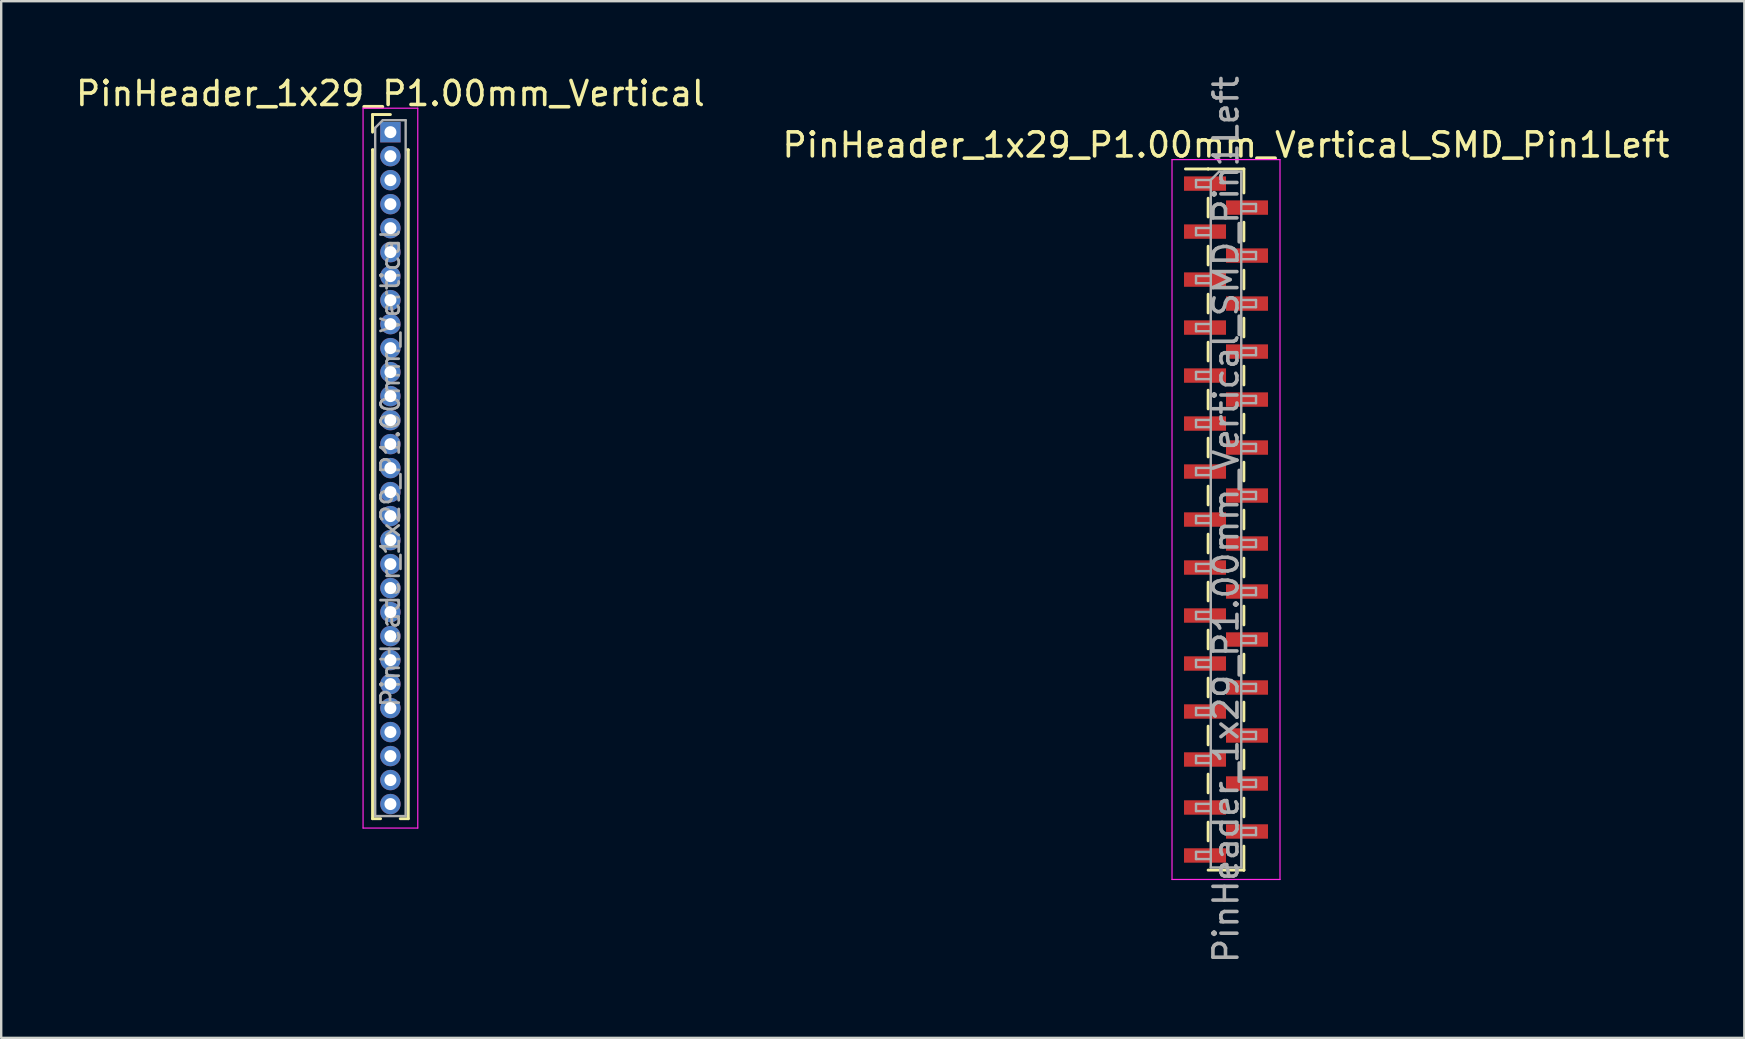
<source format=kicad_pcb>
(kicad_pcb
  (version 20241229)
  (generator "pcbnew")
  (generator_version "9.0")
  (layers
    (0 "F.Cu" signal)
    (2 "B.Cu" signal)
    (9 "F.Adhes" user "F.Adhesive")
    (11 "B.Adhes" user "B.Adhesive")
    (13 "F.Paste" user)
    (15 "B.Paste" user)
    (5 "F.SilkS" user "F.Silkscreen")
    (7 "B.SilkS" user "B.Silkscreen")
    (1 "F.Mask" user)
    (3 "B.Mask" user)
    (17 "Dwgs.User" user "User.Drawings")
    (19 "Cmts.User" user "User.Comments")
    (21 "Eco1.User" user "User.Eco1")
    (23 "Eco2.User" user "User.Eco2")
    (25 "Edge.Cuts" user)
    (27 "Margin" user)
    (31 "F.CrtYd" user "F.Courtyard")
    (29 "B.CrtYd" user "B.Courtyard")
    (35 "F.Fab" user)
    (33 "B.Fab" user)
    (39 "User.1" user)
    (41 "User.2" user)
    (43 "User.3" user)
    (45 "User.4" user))
  (footprint "PinHeader_1x29_P1.00mm_Vertical"
    (layer "F.Cu")
    (at 13.22 2.458)
    (property "Reference" "PinHeader_1x29_P1.00mm_Vertical" (at 0 -1.61 0) (layer "F.SilkS") (effects (font (size 1 1) (thickness 0.15))))
    (attr through_hole)
    (fp_line (start -0.745 -0.735) (end 0 -0.735) (stroke (width 0.12) (type solid)) (layer "F.SilkS"))
    (fp_line (start -0.745 0) (end -0.745 -0.735) (stroke (width 0.12) (type solid)) (layer "F.SilkS"))
    (fp_line (start -0.745 0.735) (end -0.745 28.61) (stroke (width 0.12) (type solid)) (layer "F.SilkS"))
    (fp_line (start -0.745 0.735) (end -0.686 0.735) (stroke (width 0.12) (type solid)) (layer "F.SilkS"))
    (fp_line (start -0.745 28.61) (end -0.41 28.61) (stroke (width 0.12) (type solid)) (layer "F.SilkS"))
    (fp_line (start 0.41 28.61) (end 0.745 28.61) (stroke (width 0.12) (type solid)) (layer "F.SilkS"))
    (fp_line (start 0.686 0.735) (end 0.745 0.735) (stroke (width 0.12) (type solid)) (layer "F.SilkS"))
    (fp_line (start 0.745 0.735) (end 0.745 28.61) (stroke (width 0.12) (type solid)) (layer "F.SilkS"))
    (fp_line (start -1.14 -1) (end -1.14 29) (stroke (width 0.05) (type solid)) (layer "F.CrtYd"))
    (fp_line (start -1.14 29) (end 1.14 29) (stroke (width 0.05) (type solid)) (layer "F.CrtYd"))
    (fp_line (start 1.14 -1) (end -1.14 -1) (stroke (width 0.05) (type solid)) (layer "F.CrtYd"))
    (fp_line (start 1.14 29) (end 1.14 -1) (stroke (width 0.05) (type solid)) (layer "F.CrtYd"))
    (fp_line (start -0.635 -0.182) (end -0.318 -0.5) (stroke (width 0.1) (type solid)) (layer "F.Fab"))
    (fp_line (start -0.635 28.5) (end -0.635 -0.182) (stroke (width 0.1) (type solid)) (layer "F.Fab"))
    (fp_line (start -0.318 -0.5) (end 0.635 -0.5) (stroke (width 0.1) (type solid)) (layer "F.Fab"))
    (fp_line (start 0.635 -0.5) (end 0.635 28.5) (stroke (width 0.1) (type solid)) (layer "F.Fab"))
    (fp_line (start 0.635 28.5) (end -0.635 28.5) (stroke (width 0.1) (type solid)) (layer "F.Fab"))
    (fp_text user "${REFERENCE}" (at 0 14 90) (layer "F.Fab") (effects (font (size 0.76 0.76) (thickness 0.114))))
    (pad "1" thru_hole rect (at 0 0) (size 0.85 0.85) (drill 0.5) (layers "*.Cu" "*.Mask"))
    (pad "2" thru_hole circle (at 0 1) (size 0.85 0.85) (drill 0.5) (layers "*.Cu" "*.Mask"))
    (pad "3" thru_hole circle (at 0 2) (size 0.85 0.85) (drill 0.5) (layers "*.Cu" "*.Mask"))
    (pad "4" thru_hole circle (at 0 3) (size 0.85 0.85) (drill 0.5) (layers "*.Cu" "*.Mask"))
    (pad "5" thru_hole circle (at 0 4) (size 0.85 0.85) (drill 0.5) (layers "*.Cu" "*.Mask"))
    (pad "6" thru_hole circle (at 0 5) (size 0.85 0.85) (drill 0.5) (layers "*.Cu" "*.Mask"))
    (pad "7" thru_hole circle (at 0 6) (size 0.85 0.85) (drill 0.5) (layers "*.Cu" "*.Mask"))
    (pad "8" thru_hole circle (at 0 7) (size 0.85 0.85) (drill 0.5) (layers "*.Cu" "*.Mask"))
    (pad "9" thru_hole circle (at 0 8) (size 0.85 0.85) (drill 0.5) (layers "*.Cu" "*.Mask"))
    (pad "10" thru_hole circle (at 0 9) (size 0.85 0.85) (drill 0.5) (layers "*.Cu" "*.Mask"))
    (pad "11" thru_hole circle (at 0 10) (size 0.85 0.85) (drill 0.5) (layers "*.Cu" "*.Mask"))
    (pad "12" thru_hole circle (at 0 11) (size 0.85 0.85) (drill 0.5) (layers "*.Cu" "*.Mask"))
    (pad "13" thru_hole circle (at 0 12) (size 0.85 0.85) (drill 0.5) (layers "*.Cu" "*.Mask"))
    (pad "14" thru_hole circle (at 0 13) (size 0.85 0.85) (drill 0.5) (layers "*.Cu" "*.Mask"))
    (pad "15" thru_hole circle (at 0 14) (size 0.85 0.85) (drill 0.5) (layers "*.Cu" "*.Mask"))
    (pad "16" thru_hole circle (at 0 15) (size 0.85 0.85) (drill 0.5) (layers "*.Cu" "*.Mask"))
    (pad "17" thru_hole circle (at 0 16) (size 0.85 0.85) (drill 0.5) (layers "*.Cu" "*.Mask"))
    (pad "18" thru_hole circle (at 0 17) (size 0.85 0.85) (drill 0.5) (layers "*.Cu" "*.Mask"))
    (pad "19" thru_hole circle (at 0 18) (size 0.85 0.85) (drill 0.5) (layers "*.Cu" "*.Mask"))
    (pad "20" thru_hole circle (at 0 19) (size 0.85 0.85) (drill 0.5) (layers "*.Cu" "*.Mask"))
    (pad "21" thru_hole circle (at 0 20) (size 0.85 0.85) (drill 0.5) (layers "*.Cu" "*.Mask"))
    (pad "22" thru_hole circle (at 0 21) (size 0.85 0.85) (drill 0.5) (layers "*.Cu" "*.Mask"))
    (pad "23" thru_hole circle (at 0 22) (size 0.85 0.85) (drill 0.5) (layers "*.Cu" "*.Mask"))
    (pad "24" thru_hole circle (at 0 23) (size 0.85 0.85) (drill 0.5) (layers "*.Cu" "*.Mask"))
    (pad "25" thru_hole circle (at 0 24) (size 0.85 0.85) (drill 0.5) (layers "*.Cu" "*.Mask"))
    (pad "26" thru_hole circle (at 0 25) (size 0.85 0.85) (drill 0.5) (layers "*.Cu" "*.Mask"))
    (pad "27" thru_hole circle (at 0 26) (size 0.85 0.85) (drill 0.5) (layers "*.Cu" "*.Mask"))
    (pad "28" thru_hole circle (at 0 27) (size 0.85 0.85) (drill 0.5) (layers "*.Cu" "*.Mask"))
    (pad "29" thru_hole circle (at 0 28) (size 0.85 0.85) (drill 0.5) (layers "*.Cu" "*.Mask")))
  (footprint "PinHeader_1x29_P1.00mm_Vertical_SMD_Pin1Left"
    (layer "F.Cu")
    (at 48.042 18.601)
    (property "Reference" "PinHeader_1x29_P1.00mm_Vertical_SMD_Pin1Left" (at 0 -15.61 0) (layer "F.SilkS") (effects (font (size 1 1) (thickness 0.15))))
    (attr smd)
    (fp_line (start -0.745 -14.61) (end -1.69 -14.61) (stroke (width 0.12) (type solid)) (layer "F.SilkS"))
    (fp_line (start -0.745 -14.61) (end -0.745 -14.61) (stroke (width 0.12) (type solid)) (layer "F.SilkS"))
    (fp_line (start -0.745 -14.61) (end 0.745 -14.61) (stroke (width 0.12) (type solid)) (layer "F.SilkS"))
    (fp_line (start -0.745 -13.39) (end -0.745 -12.61) (stroke (width 0.12) (type solid)) (layer "F.SilkS"))
    (fp_line (start -0.745 -11.39) (end -0.745 -10.61) (stroke (width 0.12) (type solid)) (layer "F.SilkS"))
    (fp_line (start -0.745 -9.39) (end -0.745 -8.61) (stroke (width 0.12) (type solid)) (layer "F.SilkS"))
    (fp_line (start -0.745 -7.39) (end -0.745 -6.61) (stroke (width 0.12) (type solid)) (layer "F.SilkS"))
    (fp_line (start -0.745 -5.39) (end -0.745 -4.61) (stroke (width 0.12) (type solid)) (layer "F.SilkS"))
    (fp_line (start -0.745 -3.39) (end -0.745 -2.61) (stroke (width 0.12) (type solid)) (layer "F.SilkS"))
    (fp_line (start -0.745 -1.39) (end -0.745 -0.61) (stroke (width 0.12) (type solid)) (layer "F.SilkS"))
    (fp_line (start -0.745 0.61) (end -0.745 1.39) (stroke (width 0.12) (type solid)) (layer "F.SilkS"))
    (fp_line (start -0.745 2.61) (end -0.745 3.39) (stroke (width 0.12) (type solid)) (layer "F.SilkS"))
    (fp_line (start -0.745 4.61) (end -0.745 5.39) (stroke (width 0.12) (type solid)) (layer "F.SilkS"))
    (fp_line (start -0.745 6.61) (end -0.745 7.39) (stroke (width 0.12) (type solid)) (layer "F.SilkS"))
    (fp_line (start -0.745 8.61) (end -0.745 9.39) (stroke (width 0.12) (type solid)) (layer "F.SilkS"))
    (fp_line (start -0.745 10.61) (end -0.745 11.39) (stroke (width 0.12) (type solid)) (layer "F.SilkS"))
    (fp_line (start -0.745 12.61) (end -0.745 13.39) (stroke (width 0.12) (type solid)) (layer "F.SilkS"))
    (fp_line (start -0.745 14.61) (end 0.745 14.61) (stroke (width 0.12) (type solid)) (layer "F.SilkS"))
    (fp_line (start 0.745 -14.61) (end 0.745 -13.61) (stroke (width 0.12) (type solid)) (layer "F.SilkS"))
    (fp_line (start 0.745 -12.39) (end 0.745 -11.61) (stroke (width 0.12) (type solid)) (layer "F.SilkS"))
    (fp_line (start 0.745 -10.39) (end 0.745 -9.61) (stroke (width 0.12) (type solid)) (layer "F.SilkS"))
    (fp_line (start 0.745 -8.39) (end 0.745 -7.61) (stroke (width 0.12) (type solid)) (layer "F.SilkS"))
    (fp_line (start 0.745 -6.39) (end 0.745 -5.61) (stroke (width 0.12) (type solid)) (layer "F.SilkS"))
    (fp_line (start 0.745 -4.39) (end 0.745 -3.61) (stroke (width 0.12) (type solid)) (layer "F.SilkS"))
    (fp_line (start 0.745 -2.39) (end 0.745 -1.61) (stroke (width 0.12) (type solid)) (layer "F.SilkS"))
    (fp_line (start 0.745 -0.39) (end 0.745 0.39) (stroke (width 0.12) (type solid)) (layer "F.SilkS"))
    (fp_line (start 0.745 1.61) (end 0.745 2.39) (stroke (width 0.12) (type solid)) (layer "F.SilkS"))
    (fp_line (start 0.745 3.61) (end 0.745 4.39) (stroke (width 0.12) (type solid)) (layer "F.SilkS"))
    (fp_line (start 0.745 5.61) (end 0.745 6.39) (stroke (width 0.12) (type solid)) (layer "F.SilkS"))
    (fp_line (start 0.745 7.61) (end 0.745 8.39) (stroke (width 0.12) (type solid)) (layer "F.SilkS"))
    (fp_line (start 0.745 9.61) (end 0.745 10.39) (stroke (width 0.12) (type solid)) (layer "F.SilkS"))
    (fp_line (start 0.745 11.61) (end 0.745 12.39) (stroke (width 0.12) (type solid)) (layer "F.SilkS"))
    (fp_line (start 0.745 13.61) (end 0.745 14.61) (stroke (width 0.12) (type solid)) (layer "F.SilkS"))
    (fp_line (start 0.745 14.61) (end 0.745 14.61) (stroke (width 0.12) (type solid)) (layer "F.SilkS"))
    (fp_line (start -2.25 -15) (end -2.25 15) (stroke (width 0.05) (type solid)) (layer "F.CrtYd"))
    (fp_line (start -2.25 15) (end 2.25 15) (stroke (width 0.05) (type solid)) (layer "F.CrtYd"))
    (fp_line (start 2.25 -15) (end -2.25 -15) (stroke (width 0.05) (type solid)) (layer "F.CrtYd"))
    (fp_line (start 2.25 15) (end 2.25 -15) (stroke (width 0.05) (type solid)) (layer "F.CrtYd"))
    (fp_line (start -1.25 -14.15) (end -1.25 -13.85) (stroke (width 0.1) (type solid)) (layer "F.Fab"))
    (fp_line (start -1.25 -13.85) (end -0.635 -13.85) (stroke (width 0.1) (type solid)) (layer "F.Fab"))
    (fp_line (start -1.25 -12.15) (end -1.25 -11.85) (stroke (width 0.1) (type solid)) (layer "F.Fab"))
    (fp_line (start -1.25 -11.85) (end -0.635 -11.85) (stroke (width 0.1) (type solid)) (layer "F.Fab"))
    (fp_line (start -1.25 -10.15) (end -1.25 -9.85) (stroke (width 0.1) (type solid)) (layer "F.Fab"))
    (fp_line (start -1.25 -9.85) (end -0.635 -9.85) (stroke (width 0.1) (type solid)) (layer "F.Fab"))
    (fp_line (start -1.25 -8.15) (end -1.25 -7.85) (stroke (width 0.1) (type solid)) (layer "F.Fab"))
    (fp_line (start -1.25 -7.85) (end -0.635 -7.85) (stroke (width 0.1) (type solid)) (layer "F.Fab"))
    (fp_line (start -1.25 -6.15) (end -1.25 -5.85) (stroke (width 0.1) (type solid)) (layer "F.Fab"))
    (fp_line (start -1.25 -5.85) (end -0.635 -5.85) (stroke (width 0.1) (type solid)) (layer "F.Fab"))
    (fp_line (start -1.25 -4.15) (end -1.25 -3.85) (stroke (width 0.1) (type solid)) (layer "F.Fab"))
    (fp_line (start -1.25 -3.85) (end -0.635 -3.85) (stroke (width 0.1) (type solid)) (layer "F.Fab"))
    (fp_line (start -1.25 -2.15) (end -1.25 -1.85) (stroke (width 0.1) (type solid)) (layer "F.Fab"))
    (fp_line (start -1.25 -1.85) (end -0.635 -1.85) (stroke (width 0.1) (type solid)) (layer "F.Fab"))
    (fp_line (start -1.25 -0.15) (end -1.25 0.15) (stroke (width 0.1) (type solid)) (layer "F.Fab"))
    (fp_line (start -1.25 0.15) (end -0.635 0.15) (stroke (width 0.1) (type solid)) (layer "F.Fab"))
    (fp_line (start -1.25 1.85) (end -1.25 2.15) (stroke (width 0.1) (type solid)) (layer "F.Fab"))
    (fp_line (start -1.25 2.15) (end -0.635 2.15) (stroke (width 0.1) (type solid)) (layer "F.Fab"))
    (fp_line (start -1.25 3.85) (end -1.25 4.15) (stroke (width 0.1) (type solid)) (layer "F.Fab"))
    (fp_line (start -1.25 4.15) (end -0.635 4.15) (stroke (width 0.1) (type solid)) (layer "F.Fab"))
    (fp_line (start -1.25 5.85) (end -1.25 6.15) (stroke (width 0.1) (type solid)) (layer "F.Fab"))
    (fp_line (start -1.25 6.15) (end -0.635 6.15) (stroke (width 0.1) (type solid)) (layer "F.Fab"))
    (fp_line (start -1.25 7.85) (end -1.25 8.15) (stroke (width 0.1) (type solid)) (layer "F.Fab"))
    (fp_line (start -1.25 8.15) (end -0.635 8.15) (stroke (width 0.1) (type solid)) (layer "F.Fab"))
    (fp_line (start -1.25 9.85) (end -1.25 10.15) (stroke (width 0.1) (type solid)) (layer "F.Fab"))
    (fp_line (start -1.25 10.15) (end -0.635 10.15) (stroke (width 0.1) (type solid)) (layer "F.Fab"))
    (fp_line (start -1.25 11.85) (end -1.25 12.15) (stroke (width 0.1) (type solid)) (layer "F.Fab"))
    (fp_line (start -1.25 12.15) (end -0.635 12.15) (stroke (width 0.1) (type solid)) (layer "F.Fab"))
    (fp_line (start -1.25 13.85) (end -1.25 14.15) (stroke (width 0.1) (type solid)) (layer "F.Fab"))
    (fp_line (start -1.25 14.15) (end -0.635 14.15) (stroke (width 0.1) (type solid)) (layer "F.Fab"))
    (fp_line (start -0.635 -14.15) (end -1.25 -14.15) (stroke (width 0.1) (type solid)) (layer "F.Fab"))
    (fp_line (start -0.635 -14.15) (end -0.285 -14.5) (stroke (width 0.1) (type solid)) (layer "F.Fab"))
    (fp_line (start -0.635 -12.15) (end -1.25 -12.15) (stroke (width 0.1) (type solid)) (layer "F.Fab"))
    (fp_line (start -0.635 -10.15) (end -1.25 -10.15) (stroke (width 0.1) (type solid)) (layer "F.Fab"))
    (fp_line (start -0.635 -8.15) (end -1.25 -8.15) (stroke (width 0.1) (type solid)) (layer "F.Fab"))
    (fp_line (start -0.635 -6.15) (end -1.25 -6.15) (stroke (width 0.1) (type solid)) (layer "F.Fab"))
    (fp_line (start -0.635 -4.15) (end -1.25 -4.15) (stroke (width 0.1) (type solid)) (layer "F.Fab"))
    (fp_line (start -0.635 -2.15) (end -1.25 -2.15) (stroke (width 0.1) (type solid)) (layer "F.Fab"))
    (fp_line (start -0.635 -0.15) (end -1.25 -0.15) (stroke (width 0.1) (type solid)) (layer "F.Fab"))
    (fp_line (start -0.635 1.85) (end -1.25 1.85) (stroke (width 0.1) (type solid)) (layer "F.Fab"))
    (fp_line (start -0.635 3.85) (end -1.25 3.85) (stroke (width 0.1) (type solid)) (layer "F.Fab"))
    (fp_line (start -0.635 5.85) (end -1.25 5.85) (stroke (width 0.1) (type solid)) (layer "F.Fab"))
    (fp_line (start -0.635 7.85) (end -1.25 7.85) (stroke (width 0.1) (type solid)) (layer "F.Fab"))
    (fp_line (start -0.635 9.85) (end -1.25 9.85) (stroke (width 0.1) (type solid)) (layer "F.Fab"))
    (fp_line (start -0.635 11.85) (end -1.25 11.85) (stroke (width 0.1) (type solid)) (layer "F.Fab"))
    (fp_line (start -0.635 13.85) (end -1.25 13.85) (stroke (width 0.1) (type solid)) (layer "F.Fab"))
    (fp_line (start -0.635 14.5) (end -0.635 -14.15) (stroke (width 0.1) (type solid)) (layer "F.Fab"))
    (fp_line (start -0.285 -14.5) (end 0.635 -14.5) (stroke (width 0.1) (type solid)) (layer "F.Fab"))
    (fp_line (start 0.635 -14.5) (end 0.635 14.5) (stroke (width 0.1) (type solid)) (layer "F.Fab"))
    (fp_line (start 0.635 -13.15) (end 1.25 -13.15) (stroke (width 0.1) (type solid)) (layer "F.Fab"))
    (fp_line (start 0.635 -11.15) (end 1.25 -11.15) (stroke (width 0.1) (type solid)) (layer "F.Fab"))
    (fp_line (start 0.635 -9.15) (end 1.25 -9.15) (stroke (width 0.1) (type solid)) (layer "F.Fab"))
    (fp_line (start 0.635 -7.15) (end 1.25 -7.15) (stroke (width 0.1) (type solid)) (layer "F.Fab"))
    (fp_line (start 0.635 -5.15) (end 1.25 -5.15) (stroke (width 0.1) (type solid)) (layer "F.Fab"))
    (fp_line (start 0.635 -3.15) (end 1.25 -3.15) (stroke (width 0.1) (type solid)) (layer "F.Fab"))
    (fp_line (start 0.635 -1.15) (end 1.25 -1.15) (stroke (width 0.1) (type solid)) (layer "F.Fab"))
    (fp_line (start 0.635 0.85) (end 1.25 0.85) (stroke (width 0.1) (type solid)) (layer "F.Fab"))
    (fp_line (start 0.635 2.85) (end 1.25 2.85) (stroke (width 0.1) (type solid)) (layer "F.Fab"))
    (fp_line (start 0.635 4.85) (end 1.25 4.85) (stroke (width 0.1) (type solid)) (layer "F.Fab"))
    (fp_line (start 0.635 6.85) (end 1.25 6.85) (stroke (width 0.1) (type solid)) (layer "F.Fab"))
    (fp_line (start 0.635 8.85) (end 1.25 8.85) (stroke (width 0.1) (type solid)) (layer "F.Fab"))
    (fp_line (start 0.635 10.85) (end 1.25 10.85) (stroke (width 0.1) (type solid)) (layer "F.Fab"))
    (fp_line (start 0.635 12.85) (end 1.25 12.85) (stroke (width 0.1) (type solid)) (layer "F.Fab"))
    (fp_line (start 0.635 14.5) (end -0.635 14.5) (stroke (width 0.1) (type solid)) (layer "F.Fab"))
    (fp_line (start 1.25 -13.15) (end 1.25 -12.85) (stroke (width 0.1) (type solid)) (layer "F.Fab"))
    (fp_line (start 1.25 -12.85) (end 0.635 -12.85) (stroke (width 0.1) (type solid)) (layer "F.Fab"))
    (fp_line (start 1.25 -11.15) (end 1.25 -10.85) (stroke (width 0.1) (type solid)) (layer "F.Fab"))
    (fp_line (start 1.25 -10.85) (end 0.635 -10.85) (stroke (width 0.1) (type solid)) (layer "F.Fab"))
    (fp_line (start 1.25 -9.15) (end 1.25 -8.85) (stroke (width 0.1) (type solid)) (layer "F.Fab"))
    (fp_line (start 1.25 -8.85) (end 0.635 -8.85) (stroke (width 0.1) (type solid)) (layer "F.Fab"))
    (fp_line (start 1.25 -7.15) (end 1.25 -6.85) (stroke (width 0.1) (type solid)) (layer "F.Fab"))
    (fp_line (start 1.25 -6.85) (end 0.635 -6.85) (stroke (width 0.1) (type solid)) (layer "F.Fab"))
    (fp_line (start 1.25 -5.15) (end 1.25 -4.85) (stroke (width 0.1) (type solid)) (layer "F.Fab"))
    (fp_line (start 1.25 -4.85) (end 0.635 -4.85) (stroke (width 0.1) (type solid)) (layer "F.Fab"))
    (fp_line (start 1.25 -3.15) (end 1.25 -2.85) (stroke (width 0.1) (type solid)) (layer "F.Fab"))
    (fp_line (start 1.25 -2.85) (end 0.635 -2.85) (stroke (width 0.1) (type solid)) (layer "F.Fab"))
    (fp_line (start 1.25 -1.15) (end 1.25 -0.85) (stroke (width 0.1) (type solid)) (layer "F.Fab"))
    (fp_line (start 1.25 -0.85) (end 0.635 -0.85) (stroke (width 0.1) (type solid)) (layer "F.Fab"))
    (fp_line (start 1.25 0.85) (end 1.25 1.15) (stroke (width 0.1) (type solid)) (layer "F.Fab"))
    (fp_line (start 1.25 1.15) (end 0.635 1.15) (stroke (width 0.1) (type solid)) (layer "F.Fab"))
    (fp_line (start 1.25 2.85) (end 1.25 3.15) (stroke (width 0.1) (type solid)) (layer "F.Fab"))
    (fp_line (start 1.25 3.15) (end 0.635 3.15) (stroke (width 0.1) (type solid)) (layer "F.Fab"))
    (fp_line (start 1.25 4.85) (end 1.25 5.15) (stroke (width 0.1) (type solid)) (layer "F.Fab"))
    (fp_line (start 1.25 5.15) (end 0.635 5.15) (stroke (width 0.1) (type solid)) (layer "F.Fab"))
    (fp_line (start 1.25 6.85) (end 1.25 7.15) (stroke (width 0.1) (type solid)) (layer "F.Fab"))
    (fp_line (start 1.25 7.15) (end 0.635 7.15) (stroke (width 0.1) (type solid)) (layer "F.Fab"))
    (fp_line (start 1.25 8.85) (end 1.25 9.15) (stroke (width 0.1) (type solid)) (layer "F.Fab"))
    (fp_line (start 1.25 9.15) (end 0.635 9.15) (stroke (width 0.1) (type solid)) (layer "F.Fab"))
    (fp_line (start 1.25 10.85) (end 1.25 11.15) (stroke (width 0.1) (type solid)) (layer "F.Fab"))
    (fp_line (start 1.25 11.15) (end 0.635 11.15) (stroke (width 0.1) (type solid)) (layer "F.Fab"))
    (fp_line (start 1.25 12.85) (end 1.25 13.15) (stroke (width 0.1) (type solid)) (layer "F.Fab"))
    (fp_line (start 1.25 13.15) (end 0.635 13.15) (stroke (width 0.1) (type solid)) (layer "F.Fab"))
    (fp_text user "${REFERENCE}" (at 0 0 90) (layer "F.Fab") (effects (font (size 1 1) (thickness 0.15))))
    (pad "1" smd rect (at -0.875 -14) (size 1.75 0.6) (layers "F.Cu" "F.Mask" "F.Paste"))
    (pad "2" smd rect (at 0.875 -13) (size 1.75 0.6) (layers "F.Cu" "F.Mask" "F.Paste"))
    (pad "3" smd rect (at -0.875 -12) (size 1.75 0.6) (layers "F.Cu" "F.Mask" "F.Paste"))
    (pad "4" smd rect (at 0.875 -11) (size 1.75 0.6) (layers "F.Cu" "F.Mask" "F.Paste"))
    (pad "5" smd rect (at -0.875 -10) (size 1.75 0.6) (layers "F.Cu" "F.Mask" "F.Paste"))
    (pad "6" smd rect (at 0.875 -9) (size 1.75 0.6) (layers "F.Cu" "F.Mask" "F.Paste"))
    (pad "7" smd rect (at -0.875 -8) (size 1.75 0.6) (layers "F.Cu" "F.Mask" "F.Paste"))
    (pad "8" smd rect (at 0.875 -7) (size 1.75 0.6) (layers "F.Cu" "F.Mask" "F.Paste"))
    (pad "9" smd rect (at -0.875 -6) (size 1.75 0.6) (layers "F.Cu" "F.Mask" "F.Paste"))
    (pad "10" smd rect (at 0.875 -5) (size 1.75 0.6) (layers "F.Cu" "F.Mask" "F.Paste"))
    (pad "11" smd rect (at -0.875 -4) (size 1.75 0.6) (layers "F.Cu" "F.Mask" "F.Paste"))
    (pad "12" smd rect (at 0.875 -3) (size 1.75 0.6) (layers "F.Cu" "F.Mask" "F.Paste"))
    (pad "13" smd rect (at -0.875 -2) (size 1.75 0.6) (layers "F.Cu" "F.Mask" "F.Paste"))
    (pad "14" smd rect (at 0.875 -1) (size 1.75 0.6) (layers "F.Cu" "F.Mask" "F.Paste"))
    (pad "15" smd rect (at -0.875 0) (size 1.75 0.6) (layers "F.Cu" "F.Mask" "F.Paste"))
    (pad "16" smd rect (at 0.875 1) (size 1.75 0.6) (layers "F.Cu" "F.Mask" "F.Paste"))
    (pad "17" smd rect (at -0.875 2) (size 1.75 0.6) (layers "F.Cu" "F.Mask" "F.Paste"))
    (pad "18" smd rect (at 0.875 3) (size 1.75 0.6) (layers "F.Cu" "F.Mask" "F.Paste"))
    (pad "19" smd rect (at -0.875 4) (size 1.75 0.6) (layers "F.Cu" "F.Mask" "F.Paste"))
    (pad "20" smd rect (at 0.875 5) (size 1.75 0.6) (layers "F.Cu" "F.Mask" "F.Paste"))
    (pad "21" smd rect (at -0.875 6) (size 1.75 0.6) (layers "F.Cu" "F.Mask" "F.Paste"))
    (pad "22" smd rect (at 0.875 7) (size 1.75 0.6) (layers "F.Cu" "F.Mask" "F.Paste"))
    (pad "23" smd rect (at -0.875 8) (size 1.75 0.6) (layers "F.Cu" "F.Mask" "F.Paste"))
    (pad "24" smd rect (at 0.875 9) (size 1.75 0.6) (layers "F.Cu" "F.Mask" "F.Paste"))
    (pad "25" smd rect (at -0.875 10) (size 1.75 0.6) (layers "F.Cu" "F.Mask" "F.Paste"))
    (pad "26" smd rect (at 0.875 11) (size 1.75 0.6) (layers "F.Cu" "F.Mask" "F.Paste"))
    (pad "27" smd rect (at -0.875 12) (size 1.75 0.6) (layers "F.Cu" "F.Mask" "F.Paste"))
    (pad "28" smd rect (at 0.875 13) (size 1.75 0.6) (layers "F.Cu" "F.Mask" "F.Paste"))
    (pad "29" smd rect (at -0.875 14) (size 1.75 0.6) (layers "F.Cu" "F.Mask" "F.Paste")))
  (gr_rect
    (start -3 -3)
    (end 69.643 40.202)
    (stroke (width 0.1) (type default))
    (fill no)
    (layer "Edge.Cuts")))
</source>
